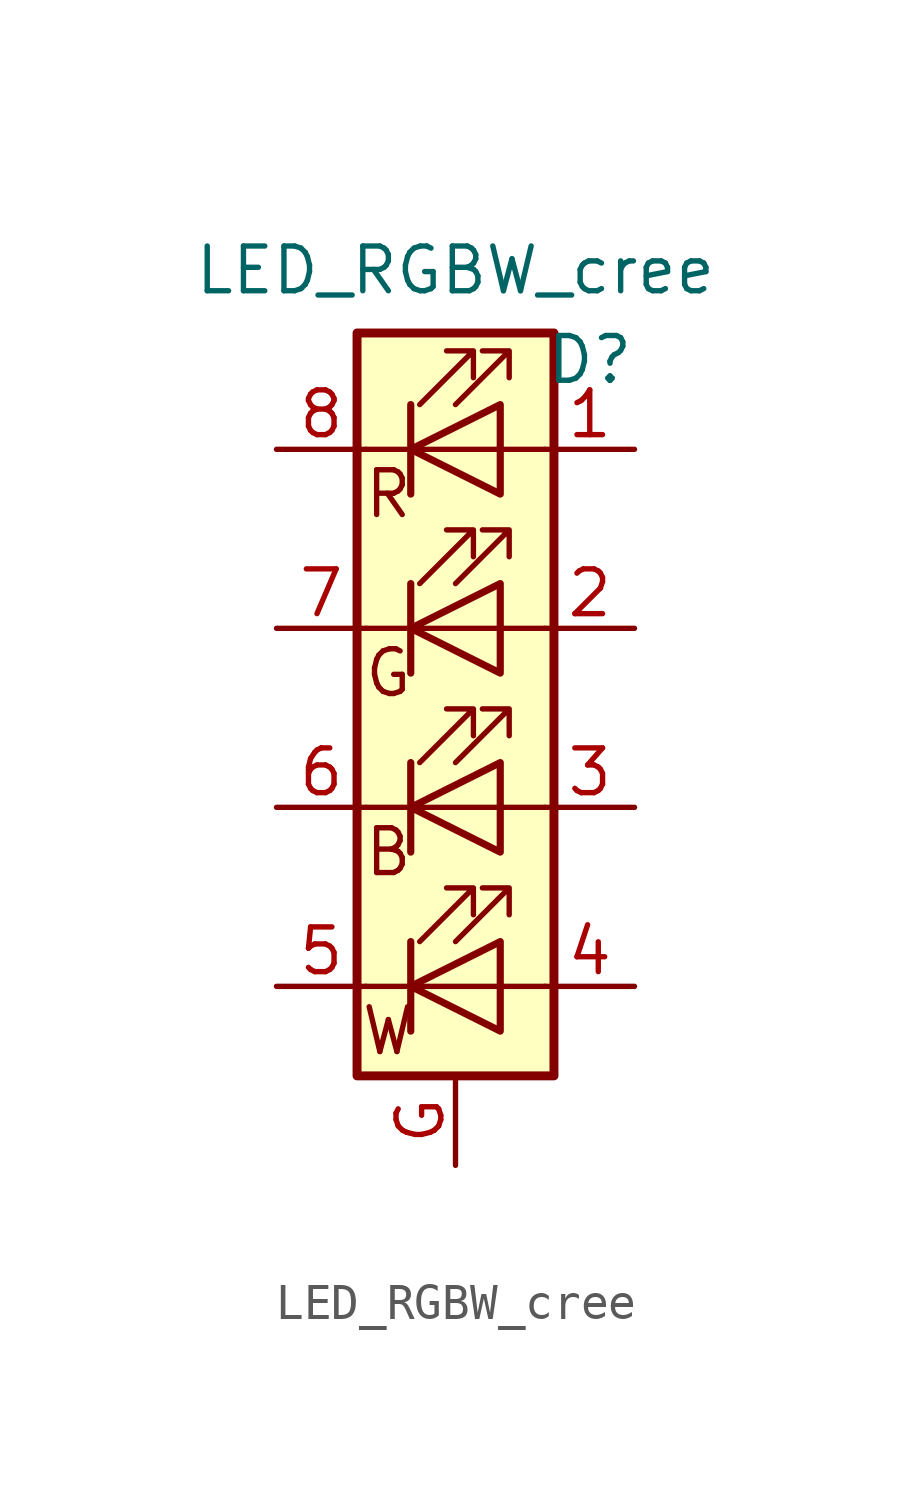
<source format=kicad_sym>
(kicad_symbol_lib
  (version 20211014)
  (generator kicad_symbol_editor)
  (symbol "LED_RGBW_cree"
    (pin_names
      (offset 0) hide)
    (property "Reference" "D"
      (at 3.81 10.16 0)
      (effects (font (size 1.27 1.27))))
    (property "Value" "LED_RGBW_cree"
      (at 0 12.7 0)
      (effects (font (size 1.27 1.27))))
    (symbol "LED_RGBW_cree_0_0"
      (text "B" (at -1.905 -3.81 0) (effects (font (size 1.27 1.27))))
      (text "G" (at -1.905 1.27 0) (effects (font (size 1.27 1.27))))
      (text "R" (at -1.905 6.35 0) (effects (font (size 1.27 1.27))))
      (text "W" (at -1.905 -8.89 0) (effects (font (size 1.27 1.27)))))
    (symbol "LED_RGBW_cree_0_1"
      (polyline (pts (xy -1.27 -7.62) (xy -2.54 -7.62)) (stroke (width 0) (type default) (color 0 0 0 0)) (fill (type none)))
      (polyline (pts (xy -1.27 -7.62) (xy 1.27 -7.62)) (stroke (width 0) (type default) (color 0 0 0 0)) (fill (type none)))
      (polyline (pts (xy -1.27 -6.35) (xy -1.27 -8.89)) (stroke (width 0) (type default) (color 0 0 0 0)) (fill (type none)))
      (polyline (pts (xy -1.27 -6.35) (xy -1.27 -8.89)) (stroke (width 0.203) (type default) (color 0 0 0 0)) (fill (type none)))
      (polyline (pts (xy -1.27 -2.54) (xy -2.54 -2.54)) (stroke (width 0) (type default) (color 0 0 0 0)) (fill (type none)))
      (polyline (pts (xy -1.27 -2.54) (xy 1.27 -2.54)) (stroke (width 0) (type default) (color 0 0 0 0)) (fill (type none)))
      (polyline (pts (xy -1.27 -1.27) (xy -1.27 -3.81)) (stroke (width 0) (type default) (color 0 0 0 0)) (fill (type none)))
      (polyline (pts (xy -1.27 -1.27) (xy -1.27 -3.81)) (stroke (width 0.203) (type default) (color 0 0 0 0)) (fill (type none)))
      (polyline (pts (xy -1.27 2.54) (xy -2.54 2.54)) (stroke (width 0) (type default) (color 0 0 0 0)) (fill (type none)))
      (polyline (pts (xy -1.27 3.81) (xy -1.27 1.27)) (stroke (width 0.203) (type default) (color 0 0 0 0)) (fill (type none)))
      (polyline (pts (xy -1.27 7.62) (xy -2.54 7.62)) (stroke (width 0) (type default) (color 0 0 0 0)) (fill (type none)))
      (polyline (pts (xy -1.27 7.62) (xy 1.27 7.62)) (stroke (width 0) (type default) (color 0 0 0 0)) (fill (type none)))
      (polyline (pts (xy -1.27 8.89) (xy -1.27 6.35)) (stroke (width 0.203) (type default) (color 0 0 0 0)) (fill (type none)))
      (polyline (pts (xy 1.27 -7.62) (xy 2.54 -7.62)) (stroke (width 0) (type default) (color 0 0 0 0)) (fill (type none)))
      (polyline (pts (xy 1.27 -2.54) (xy 2.54 -2.54)) (stroke (width 0) (type default) (color 0 0 0 0)) (fill (type none)))
      (polyline (pts (xy 1.27 2.54) (xy -1.27 2.54)) (stroke (width 0) (type default) (color 0 0 0 0)) (fill (type none)))
      (polyline (pts (xy 1.27 2.54) (xy 2.54 2.54)) (stroke (width 0) (type default) (color 0 0 0 0)) (fill (type none)))
      (polyline (pts (xy 1.27 7.62) (xy 2.54 7.62)) (stroke (width 0) (type default) (color 0 0 0 0)) (fill (type none)))
      (polyline (pts (xy -1.27 3.81) (xy -1.27 1.27) (xy -1.27 1.27)) (stroke (width 0) (type default) (color 0 0 0 0)) (fill (type none)))
      (polyline (pts (xy -1.27 8.89) (xy -1.27 6.35) (xy -1.27 6.35)) (stroke (width 0) (type default) (color 0 0 0 0)) (fill (type none)))
      (polyline (pts (xy 1.27 -6.35) (xy 1.27 -8.89) (xy -1.27 -7.62) (xy 1.27 -6.35)) (stroke (width 0.203) (type default) (color 0 0 0 0)) (fill (type none)))
      (polyline (pts (xy 1.27 -1.27) (xy 1.27 -3.81) (xy -1.27 -2.54) (xy 1.27 -1.27)) (stroke (width 0.203) (type default) (color 0 0 0 0)) (fill (type none)))
      (polyline (pts (xy 1.27 3.81) (xy 1.27 1.27) (xy -1.27 2.54) (xy 1.27 3.81)) (stroke (width 0.203) (type default) (color 0 0 0 0)) (fill (type none)))
      (polyline (pts (xy 1.27 8.89) (xy 1.27 6.35) (xy -1.27 7.62) (xy 1.27 8.89)) (stroke (width 0.203) (type default) (color 0 0 0 0)) (fill (type none)))
      (polyline (pts (xy -1.016 -6.35) (xy 0.508 -4.826) (xy -0.254 -4.826) (xy 0.508 -4.826) (xy 0.508 -5.588)) (stroke (width 0) (type default) (color 0 0 0 0)) (fill (type none)))
      (polyline (pts (xy -1.016 -1.27) (xy 0.508 0.254) (xy -0.254 0.254) (xy 0.508 0.254) (xy 0.508 -0.508)) (stroke (width 0) (type default) (color 0 0 0 0)) (fill (type none)))
      (polyline (pts (xy -1.016 3.81) (xy 0.508 5.334) (xy -0.254 5.334) (xy 0.508 5.334) (xy 0.508 4.572)) (stroke (width 0) (type default) (color 0 0 0 0)) (fill (type none)))
      (polyline (pts (xy -1.016 8.89) (xy 0.508 10.414) (xy -0.254 10.414) (xy 0.508 10.414) (xy 0.508 9.652)) (stroke (width 0) (type default) (color 0 0 0 0)) (fill (type none)))
      (polyline (pts (xy 0 -6.35) (xy 1.524 -4.826) (xy 0.762 -4.826) (xy 1.524 -4.826) (xy 1.524 -5.588)) (stroke (width 0) (type default) (color 0 0 0 0)) (fill (type none)))
      (polyline (pts (xy 0 -1.27) (xy 1.524 0.254) (xy 0.762 0.254) (xy 1.524 0.254) (xy 1.524 -0.508)) (stroke (width 0) (type default) (color 0 0 0 0)) (fill (type none)))
      (polyline (pts (xy 0 3.81) (xy 1.524 5.334) (xy 0.762 5.334) (xy 1.524 5.334) (xy 1.524 4.572)) (stroke (width 0) (type default) (color 0 0 0 0)) (fill (type none)))
      (polyline (pts (xy 0 8.89) (xy 1.524 10.414) (xy 0.762 10.414) (xy 1.524 10.414) (xy 1.524 9.652)) (stroke (width 0) (type default) (color 0 0 0 0)) (fill (type none)))
      (rectangle (start 1.27 1.27) (end 1.27 3.81) (stroke (width 0) (type default) (color 0 0 0 0)) (fill (type none)))
      (rectangle (start 1.27 3.81) (end 1.27 3.81) (stroke (width 0) (type default) (color 0 0 0 0)) (fill (type none)))
      (rectangle (start 1.27 6.35) (end 1.27 8.89) (stroke (width 0) (type default) (color 0 0 0 0)) (fill (type none)))
      (rectangle (start 1.27 8.89) (end 1.27 8.89) (stroke (width 0) (type default) (color 0 0 0 0)) (fill (type none)))
      (rectangle (start 2.794 10.922) (end -2.794 -10.16) (stroke (width 0.254) (type default) (color 0 0 0 0)) (fill (type background))))
    (symbol "LED_RGBW_cree_1_1"
      (pin passive line (at 5.08 7.62 180) (length 2.54) (name "RK" (effects (font (size 1.27 1.27)))) (number "1" (effects (font (size 1.27 1.27)))))
      (pin passive line (at 5.08 2.54 180) (length 2.54) (name "GK" (effects (font (size 1.27 1.27)))) (number "2" (effects (font (size 1.27 1.27)))))
      (pin passive line (at 5.08 -2.54 180) (length 2.54) (name "BK" (effects (font (size 1.27 1.27)))) (number "3" (effects (font (size 1.27 1.27)))))
      (pin passive line (at 5.08 -7.62 180) (length 2.54) (name "WK" (effects (font (size 1.27 1.27)))) (number "4" (effects (font (size 1.27 1.27)))))
      (pin passive line (at -5.08 -7.62 0) (length 2.54) (name "WA" (effects (font (size 1.27 1.27)))) (number "5" (effects (font (size 1.27 1.27)))))
      (pin passive line (at -5.08 -2.54 0) (length 2.54) (name "BA" (effects (font (size 1.27 1.27)))) (number "6" (effects (font (size 1.27 1.27)))))
      (pin passive line (at -5.08 2.54 0) (length 2.54) (name "GA" (effects (font (size 1.27 1.27)))) (number "7" (effects (font (size 1.27 1.27)))))
      (pin passive line (at -5.08 7.62 0) (length 2.54) (name "RA" (effects (font (size 1.27 1.27)))) (number "8" (effects (font (size 1.27 1.27)))))
      (pin passive line (at 0 -12.7 90) (length 2.54) (name "Thermal_Pad" (effects (font (size 1.27 1.27)))) (number "G" (effects (font (size 1.27 1.27))))))))
</source>
